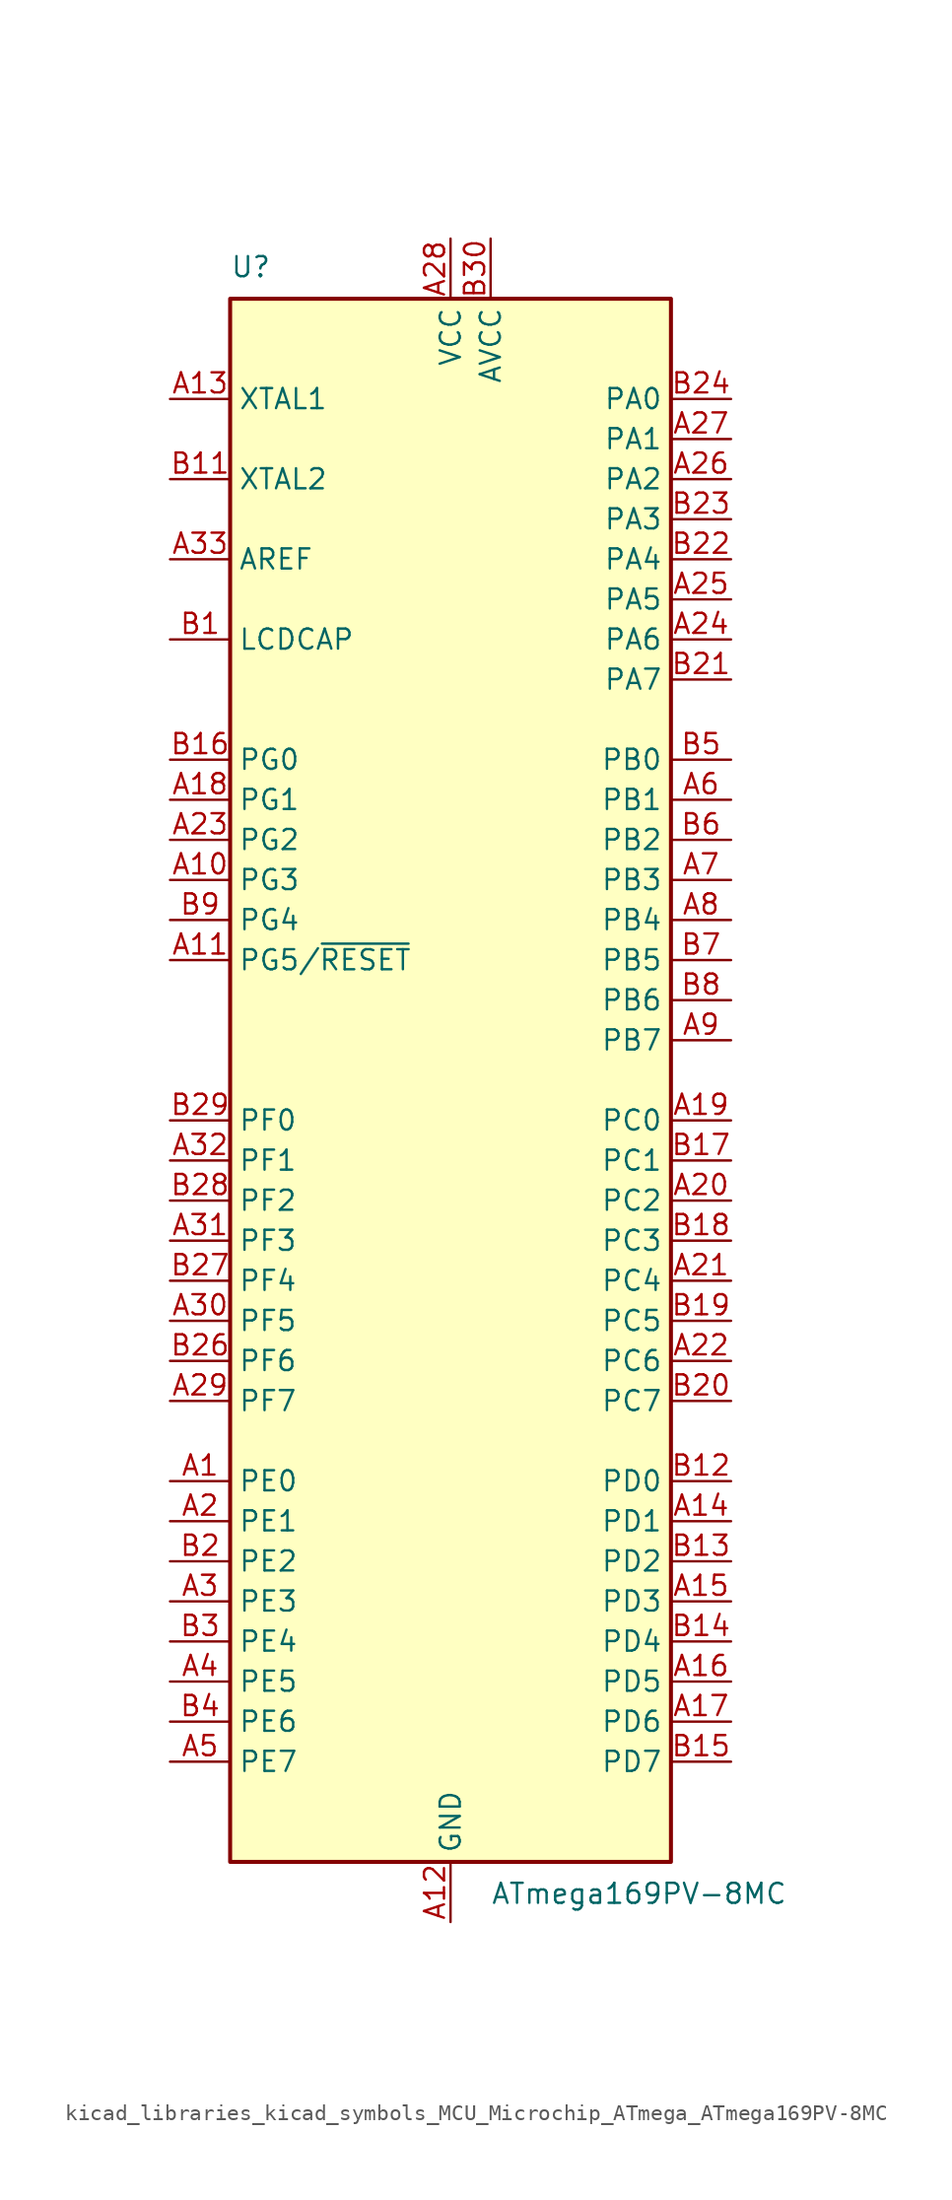
<source format=kicad_sym>
(kicad_symbol_lib
  (version 20220914)
  (generator kicad_symbol_editor)
  (symbol "kicad_libraries_kicad_symbols_MCU_Microchip_ATmega_ATmega169PV-8MC"
    (property "Reference" "U"
      (at -13.97 50.8 0)
      (effects (font (size 1.27 1.27)) (justify left bottom)))
    (property "Value" "ATmega169PV-8MC"
      (at 2.54 -50.8 0)
      (effects (font (size 1.27 1.27)) (justify left top)))
    (symbol "kicad_libraries_kicad_symbols_MCU_Microchip_ATmega_ATmega169PV-8MC_0_1"
      (rectangle (start -13.97 -49.53) (end 13.97 49.53) (stroke (width 0.254) (type default)) (fill (type background))))
    (symbol "kicad_libraries_kicad_symbols_MCU_Microchip_ATmega_ATmega169PV-8MC_1_1"
      (pin bidirectional line (at -17.78 -25.4 0) (length 3.81) (name "PE0" (effects (font (size 1.27 1.27)))) (number "A1" (effects (font (size 1.27 1.27)))))
      (pin bidirectional line (at -17.78 12.7 0) (length 3.81) (name "PG3" (effects (font (size 1.27 1.27)))) (number "A10" (effects (font (size 1.27 1.27)))))
      (pin bidirectional line (at -17.78 7.62 0) (length 3.81) (name "PG5/~{RESET}" (effects (font (size 1.27 1.27)))) (number "A11" (effects (font (size 1.27 1.27)))))
      (pin power_in line (at 0 -53.34 90) (length 3.81) (name "GND" (effects (font (size 1.27 1.27)))) (number "A12" (effects (font (size 1.27 1.27)))))
      (pin input line (at -17.78 43.18 0) (length 3.81) (name "XTAL1" (effects (font (size 1.27 1.27)))) (number "A13" (effects (font (size 1.27 1.27)))))
      (pin bidirectional line (at 17.78 -27.94 180) (length 3.81) (name "PD1" (effects (font (size 1.27 1.27)))) (number "A14" (effects (font (size 1.27 1.27)))))
      (pin bidirectional line (at 17.78 -33.02 180) (length 3.81) (name "PD3" (effects (font (size 1.27 1.27)))) (number "A15" (effects (font (size 1.27 1.27)))))
      (pin bidirectional line (at 17.78 -38.1 180) (length 3.81) (name "PD5" (effects (font (size 1.27 1.27)))) (number "A16" (effects (font (size 1.27 1.27)))))
      (pin bidirectional line (at 17.78 -40.64 180) (length 3.81) (name "PD6" (effects (font (size 1.27 1.27)))) (number "A17" (effects (font (size 1.27 1.27)))))
      (pin bidirectional line (at -17.78 17.78 0) (length 3.81) (name "PG1" (effects (font (size 1.27 1.27)))) (number "A18" (effects (font (size 1.27 1.27)))))
      (pin bidirectional line (at 17.78 -2.54 180) (length 3.81) (name "PC0" (effects (font (size 1.27 1.27)))) (number "A19" (effects (font (size 1.27 1.27)))))
      (pin bidirectional line (at -17.78 -27.94 0) (length 3.81) (name "PE1" (effects (font (size 1.27 1.27)))) (number "A2" (effects (font (size 1.27 1.27)))))
      (pin bidirectional line (at 17.78 -7.62 180) (length 3.81) (name "PC2" (effects (font (size 1.27 1.27)))) (number "A20" (effects (font (size 1.27 1.27)))))
      (pin bidirectional line (at 17.78 -12.7 180) (length 3.81) (name "PC4" (effects (font (size 1.27 1.27)))) (number "A21" (effects (font (size 1.27 1.27)))))
      (pin bidirectional line (at 17.78 -17.78 180) (length 3.81) (name "PC6" (effects (font (size 1.27 1.27)))) (number "A22" (effects (font (size 1.27 1.27)))))
      (pin bidirectional line (at -17.78 15.24 0) (length 3.81) (name "PG2" (effects (font (size 1.27 1.27)))) (number "A23" (effects (font (size 1.27 1.27)))))
      (pin bidirectional line (at 17.78 27.94 180) (length 3.81) (name "PA6" (effects (font (size 1.27 1.27)))) (number "A24" (effects (font (size 1.27 1.27)))))
      (pin bidirectional line (at 17.78 30.48 180) (length 3.81) (name "PA5" (effects (font (size 1.27 1.27)))) (number "A25" (effects (font (size 1.27 1.27)))))
      (pin bidirectional line (at 17.78 38.1 180) (length 3.81) (name "PA2" (effects (font (size 1.27 1.27)))) (number "A26" (effects (font (size 1.27 1.27)))))
      (pin bidirectional line (at 17.78 40.64 180) (length 3.81) (name "PA1" (effects (font (size 1.27 1.27)))) (number "A27" (effects (font (size 1.27 1.27)))))
      (pin power_in line (at 0 53.34 270) (length 3.81) (name "VCC" (effects (font (size 1.27 1.27)))) (number "A28" (effects (font (size 1.27 1.27)))))
      (pin bidirectional line (at -17.78 -20.32 0) (length 3.81) (name "PF7" (effects (font (size 1.27 1.27)))) (number "A29" (effects (font (size 1.27 1.27)))))
      (pin bidirectional line (at -17.78 -33.02 0) (length 3.81) (name "PE3" (effects (font (size 1.27 1.27)))) (number "A3" (effects (font (size 1.27 1.27)))))
      (pin bidirectional line (at -17.78 -15.24 0) (length 3.81) (name "PF5" (effects (font (size 1.27 1.27)))) (number "A30" (effects (font (size 1.27 1.27)))))
      (pin bidirectional line (at -17.78 -10.16 0) (length 3.81) (name "PF3" (effects (font (size 1.27 1.27)))) (number "A31" (effects (font (size 1.27 1.27)))))
      (pin bidirectional line (at -17.78 -5.08 0) (length 3.81) (name "PF1" (effects (font (size 1.27 1.27)))) (number "A32" (effects (font (size 1.27 1.27)))))
      (pin passive line (at -17.78 33.02 0) (length 3.81) (name "AREF" (effects (font (size 1.27 1.27)))) (number "A33" (effects (font (size 1.27 1.27)))))
      (pin passive line (at 0 -53.34 90) (length 3.81) hide (name "GND" (effects (font (size 1.27 1.27)))) (number "A34" (effects (font (size 1.27 1.27)))))
      (pin bidirectional line (at -17.78 -38.1 0) (length 3.81) (name "PE5" (effects (font (size 1.27 1.27)))) (number "A4" (effects (font (size 1.27 1.27)))))
      (pin bidirectional line (at -17.78 -43.18 0) (length 3.81) (name "PE7" (effects (font (size 1.27 1.27)))) (number "A5" (effects (font (size 1.27 1.27)))))
      (pin bidirectional line (at 17.78 17.78 180) (length 3.81) (name "PB1" (effects (font (size 1.27 1.27)))) (number "A6" (effects (font (size 1.27 1.27)))))
      (pin bidirectional line (at 17.78 12.7 180) (length 3.81) (name "PB3" (effects (font (size 1.27 1.27)))) (number "A7" (effects (font (size 1.27 1.27)))))
      (pin bidirectional line (at 17.78 10.16 180) (length 3.81) (name "PB4" (effects (font (size 1.27 1.27)))) (number "A8" (effects (font (size 1.27 1.27)))))
      (pin bidirectional line (at 17.78 2.54 180) (length 3.81) (name "PB7" (effects (font (size 1.27 1.27)))) (number "A9" (effects (font (size 1.27 1.27)))))
      (pin passive line (at -17.78 27.94 0) (length 3.81) (name "LCDCAP" (effects (font (size 1.27 1.27)))) (number "B1" (effects (font (size 1.27 1.27)))))
      (pin passive line (at 0 53.34 270) (length 3.81) hide (name "VCC" (effects (font (size 1.27 1.27)))) (number "B10" (effects (font (size 1.27 1.27)))))
      (pin output line (at -17.78 38.1 0) (length 3.81) (name "XTAL2" (effects (font (size 1.27 1.27)))) (number "B11" (effects (font (size 1.27 1.27)))))
      (pin bidirectional line (at 17.78 -25.4 180) (length 3.81) (name "PD0" (effects (font (size 1.27 1.27)))) (number "B12" (effects (font (size 1.27 1.27)))))
      (pin bidirectional line (at 17.78 -30.48 180) (length 3.81) (name "PD2" (effects (font (size 1.27 1.27)))) (number "B13" (effects (font (size 1.27 1.27)))))
      (pin bidirectional line (at 17.78 -35.56 180) (length 3.81) (name "PD4" (effects (font (size 1.27 1.27)))) (number "B14" (effects (font (size 1.27 1.27)))))
      (pin bidirectional line (at 17.78 -43.18 180) (length 3.81) (name "PD7" (effects (font (size 1.27 1.27)))) (number "B15" (effects (font (size 1.27 1.27)))))
      (pin bidirectional line (at -17.78 20.32 0) (length 3.81) (name "PG0" (effects (font (size 1.27 1.27)))) (number "B16" (effects (font (size 1.27 1.27)))))
      (pin bidirectional line (at 17.78 -5.08 180) (length 3.81) (name "PC1" (effects (font (size 1.27 1.27)))) (number "B17" (effects (font (size 1.27 1.27)))))
      (pin bidirectional line (at 17.78 -10.16 180) (length 3.81) (name "PC3" (effects (font (size 1.27 1.27)))) (number "B18" (effects (font (size 1.27 1.27)))))
      (pin bidirectional line (at 17.78 -15.24 180) (length 3.81) (name "PC5" (effects (font (size 1.27 1.27)))) (number "B19" (effects (font (size 1.27 1.27)))))
      (pin bidirectional line (at -17.78 -30.48 0) (length 3.81) (name "PE2" (effects (font (size 1.27 1.27)))) (number "B2" (effects (font (size 1.27 1.27)))))
      (pin bidirectional line (at 17.78 -20.32 180) (length 3.81) (name "PC7" (effects (font (size 1.27 1.27)))) (number "B20" (effects (font (size 1.27 1.27)))))
      (pin bidirectional line (at 17.78 25.4 180) (length 3.81) (name "PA7" (effects (font (size 1.27 1.27)))) (number "B21" (effects (font (size 1.27 1.27)))))
      (pin bidirectional line (at 17.78 33.02 180) (length 3.81) (name "PA4" (effects (font (size 1.27 1.27)))) (number "B22" (effects (font (size 1.27 1.27)))))
      (pin bidirectional line (at 17.78 35.56 180) (length 3.81) (name "PA3" (effects (font (size 1.27 1.27)))) (number "B23" (effects (font (size 1.27 1.27)))))
      (pin bidirectional line (at 17.78 43.18 180) (length 3.81) (name "PA0" (effects (font (size 1.27 1.27)))) (number "B24" (effects (font (size 1.27 1.27)))))
      (pin passive line (at 0 -53.34 90) (length 3.81) hide (name "GND" (effects (font (size 1.27 1.27)))) (number "B25" (effects (font (size 1.27 1.27)))))
      (pin bidirectional line (at -17.78 -17.78 0) (length 3.81) (name "PF6" (effects (font (size 1.27 1.27)))) (number "B26" (effects (font (size 1.27 1.27)))))
      (pin bidirectional line (at -17.78 -12.7 0) (length 3.81) (name "PF4" (effects (font (size 1.27 1.27)))) (number "B27" (effects (font (size 1.27 1.27)))))
      (pin bidirectional line (at -17.78 -7.62 0) (length 3.81) (name "PF2" (effects (font (size 1.27 1.27)))) (number "B28" (effects (font (size 1.27 1.27)))))
      (pin bidirectional line (at -17.78 -2.54 0) (length 3.81) (name "PF0" (effects (font (size 1.27 1.27)))) (number "B29" (effects (font (size 1.27 1.27)))))
      (pin bidirectional line (at -17.78 -35.56 0) (length 3.81) (name "PE4" (effects (font (size 1.27 1.27)))) (number "B3" (effects (font (size 1.27 1.27)))))
      (pin power_in line (at 2.54 53.34 270) (length 3.81) (name "AVCC" (effects (font (size 1.27 1.27)))) (number "B30" (effects (font (size 1.27 1.27)))))
      (pin bidirectional line (at -17.78 -40.64 0) (length 3.81) (name "PE6" (effects (font (size 1.27 1.27)))) (number "B4" (effects (font (size 1.27 1.27)))))
      (pin bidirectional line (at 17.78 20.32 180) (length 3.81) (name "PB0" (effects (font (size 1.27 1.27)))) (number "B5" (effects (font (size 1.27 1.27)))))
      (pin bidirectional line (at 17.78 15.24 180) (length 3.81) (name "PB2" (effects (font (size 1.27 1.27)))) (number "B6" (effects (font (size 1.27 1.27)))))
      (pin bidirectional line (at 17.78 7.62 180) (length 3.81) (name "PB5" (effects (font (size 1.27 1.27)))) (number "B7" (effects (font (size 1.27 1.27)))))
      (pin bidirectional line (at 17.78 5.08 180) (length 3.81) (name "PB6" (effects (font (size 1.27 1.27)))) (number "B8" (effects (font (size 1.27 1.27)))))
      (pin bidirectional line (at -17.78 10.16 0) (length 3.81) (name "PG4" (effects (font (size 1.27 1.27)))) (number "B9" (effects (font (size 1.27 1.27)))))
      (pin passive line (at 0 -53.34 90) (length 3.81) hide (name "GND" (effects (font (size 1.27 1.27)))) (number "EP" (effects (font (size 1.27 1.27))))))))
</source>
